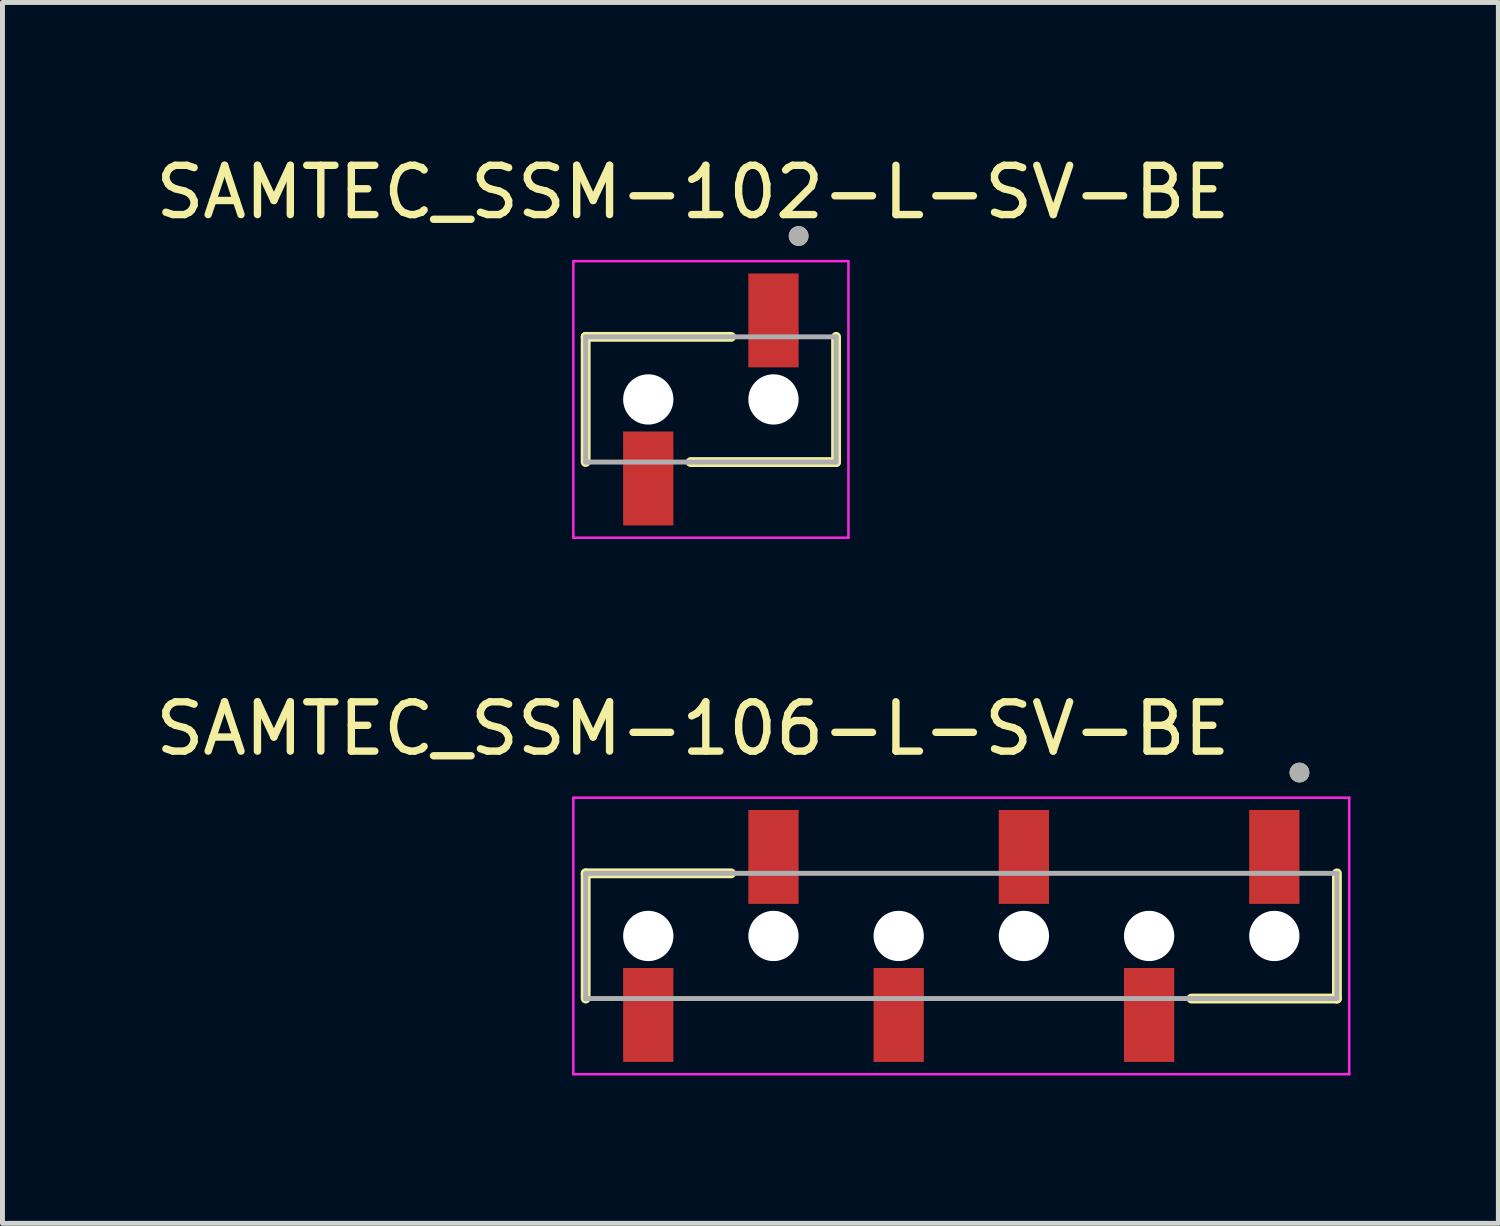
<source format=kicad_pcb>
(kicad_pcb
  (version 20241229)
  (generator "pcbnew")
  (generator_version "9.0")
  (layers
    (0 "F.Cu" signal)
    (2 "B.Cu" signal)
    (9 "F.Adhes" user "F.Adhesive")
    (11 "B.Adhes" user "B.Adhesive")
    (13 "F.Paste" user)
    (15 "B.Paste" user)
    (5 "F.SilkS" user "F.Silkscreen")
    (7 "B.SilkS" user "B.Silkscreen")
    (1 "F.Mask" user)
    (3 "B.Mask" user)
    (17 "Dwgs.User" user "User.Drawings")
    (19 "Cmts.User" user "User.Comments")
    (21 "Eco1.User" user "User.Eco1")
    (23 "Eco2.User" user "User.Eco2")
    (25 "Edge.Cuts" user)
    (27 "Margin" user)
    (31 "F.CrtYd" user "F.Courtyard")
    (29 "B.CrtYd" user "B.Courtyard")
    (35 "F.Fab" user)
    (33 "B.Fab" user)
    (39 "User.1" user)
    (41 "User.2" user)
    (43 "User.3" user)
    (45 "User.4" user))
  (footprint "SAMTEC_SSM-106-L-SV-BE"
    (layer "F.Cu")
    (at 16.451 15.937)
    (property "Reference" "SAMTEC_SSM-106-L-SV-BE" (at -5.445 -4.205 0) (layer "F.SilkS") (effects (font (size 1 1) (thickness 0.15))))
    (attr smd)
    (fp_line (start -7.62 -1.27) (end -4.67 -1.27) (stroke (width 0.2) (type solid)) (layer "F.SilkS"))
    (fp_line (start -7.62 1.27) (end -7.62 -1.27) (stroke (width 0.2) (type solid)) (layer "F.SilkS"))
    (fp_line (start 7.62 1.27) (end 4.67 1.27) (stroke (width 0.2) (type solid)) (layer "F.SilkS"))
    (fp_line (start 7.62 1.27) (end 7.62 -1.27) (stroke (width 0.2) (type solid)) (layer "F.SilkS"))
    (fp_circle (center 6.86 -3.315) (end 6.96 -3.315) (stroke (width 0.2) (type solid)) (fill no) (layer "F.SilkS"))
    (fp_line (start -7.87 -2.805) (end 7.87 -2.805) (stroke (width 0.05) (type solid)) (layer "F.CrtYd"))
    (fp_line (start -7.87 2.805) (end -7.87 -2.805) (stroke (width 0.05) (type solid)) (layer "F.CrtYd"))
    (fp_line (start 7.87 -2.805) (end 7.87 2.805) (stroke (width 0.05) (type solid)) (layer "F.CrtYd"))
    (fp_line (start 7.87 2.805) (end -7.87 2.805) (stroke (width 0.05) (type solid)) (layer "F.CrtYd"))
    (fp_line (start -7.62 -1.27) (end 7.62 -1.27) (stroke (width 0.1) (type solid)) (layer "F.Fab"))
    (fp_line (start -7.62 1.27) (end -7.62 -1.27) (stroke (width 0.1) (type solid)) (layer "F.Fab"))
    (fp_line (start 7.62 -1.27) (end 7.62 1.27) (stroke (width 0.1) (type solid)) (layer "F.Fab"))
    (fp_line (start 7.62 1.27) (end -7.62 1.27) (stroke (width 0.1) (type solid)) (layer "F.Fab"))
    (fp_circle (center 6.86 -3.315) (end 6.96 -3.315) (stroke (width 0.2) (type solid)) (fill no) (layer "F.Fab"))
    (pad "" np_thru_hole circle (at -6.35 0) (size 1.02 1.02) (drill 1.02) (layers "*.Cu" "*.Mask"))
    (pad "" np_thru_hole circle (at -3.81 0) (size 1.02 1.02) (drill 1.02) (layers "*.Cu" "*.Mask"))
    (pad "" np_thru_hole circle (at -1.27 0) (size 1.02 1.02) (drill 1.02) (layers "*.Cu" "*.Mask"))
    (pad "" np_thru_hole circle (at 1.27 0) (size 1.02 1.02) (drill 1.02) (layers "*.Cu" "*.Mask"))
    (pad "" np_thru_hole circle (at 3.81 0) (size 1.02 1.02) (drill 1.02) (layers "*.Cu" "*.Mask"))
    (pad "" np_thru_hole circle (at 6.35 0) (size 1.02 1.02) (drill 1.02) (layers "*.Cu" "*.Mask"))
    (pad "1" smd rect (at 6.35 -1.603) (size 1.02 1.905) (layers "F.Cu" "F.Mask" "F.Paste"))
    (pad "2" smd rect (at 3.81 1.603) (size 1.02 1.905) (layers "F.Cu" "F.Mask" "F.Paste"))
    (pad "3" smd rect (at 1.27 -1.603) (size 1.02 1.905) (layers "F.Cu" "F.Mask" "F.Paste"))
    (pad "4" smd rect (at -1.27 1.603) (size 1.02 1.905) (layers "F.Cu" "F.Mask" "F.Paste"))
    (pad "5" smd rect (at -3.81 -1.603) (size 1.02 1.905) (layers "F.Cu" "F.Mask" "F.Paste"))
    (pad "6" smd rect (at -6.35 1.603) (size 1.02 1.905) (layers "F.Cu" "F.Mask" "F.Paste")))
  (footprint "SAMTEC_SSM-102-L-SV-BE"
    (layer "F.Cu")
    (at 11.371 5.053)
    (property "Reference" "SAMTEC_SSM-102-L-SV-BE" (at -0.365 -4.205 0) (layer "F.SilkS") (effects (font (size 1 1) (thickness 0.15))))
    (attr smd)
    (fp_line (start -2.54 -1.27) (end 0.41 -1.27) (stroke (width 0.2) (type solid)) (layer "F.SilkS"))
    (fp_line (start -2.54 1.27) (end -2.54 -1.27) (stroke (width 0.2) (type solid)) (layer "F.SilkS"))
    (fp_line (start 2.54 1.27) (end -0.41 1.27) (stroke (width 0.2) (type solid)) (layer "F.SilkS"))
    (fp_line (start 2.54 1.27) (end 2.54 -1.27) (stroke (width 0.2) (type solid)) (layer "F.SilkS"))
    (fp_circle (center 1.78 -3.315) (end 1.88 -3.315) (stroke (width 0.2) (type solid)) (fill no) (layer "F.SilkS"))
    (fp_line (start -2.79 -2.805) (end 2.79 -2.805) (stroke (width 0.05) (type solid)) (layer "F.CrtYd"))
    (fp_line (start -2.79 2.805) (end -2.79 -2.805) (stroke (width 0.05) (type solid)) (layer "F.CrtYd"))
    (fp_line (start 2.79 -2.805) (end 2.79 2.805) (stroke (width 0.05) (type solid)) (layer "F.CrtYd"))
    (fp_line (start 2.79 2.805) (end -2.79 2.805) (stroke (width 0.05) (type solid)) (layer "F.CrtYd"))
    (fp_line (start -2.54 -1.27) (end 2.54 -1.27) (stroke (width 0.1) (type solid)) (layer "F.Fab"))
    (fp_line (start -2.54 1.27) (end -2.54 -1.27) (stroke (width 0.1) (type solid)) (layer "F.Fab"))
    (fp_line (start 2.54 -1.27) (end 2.54 1.27) (stroke (width 0.1) (type solid)) (layer "F.Fab"))
    (fp_line (start 2.54 1.27) (end -2.54 1.27) (stroke (width 0.1) (type solid)) (layer "F.Fab"))
    (fp_circle (center 1.78 -3.315) (end 1.88 -3.315) (stroke (width 0.2) (type solid)) (fill no) (layer "F.Fab"))
    (pad "" np_thru_hole circle (at -1.27 0) (size 1.02 1.02) (drill 1.02) (layers "*.Cu" "*.Mask"))
    (pad "" np_thru_hole circle (at 1.27 0) (size 1.02 1.02) (drill 1.02) (layers "*.Cu" "*.Mask"))
    (pad "1" smd rect (at 1.27 -1.603) (size 1.02 1.905) (layers "F.Cu" "F.Mask" "F.Paste"))
    (pad "2" smd rect (at -1.27 1.603) (size 1.02 1.905) (layers "F.Cu" "F.Mask" "F.Paste")))
  (gr_rect
    (start -3 -3)
    (end 27.346 21.767)
    (stroke (width 0.1) (type default))
    (fill no)
    (layer "Edge.Cuts")))
</source>
